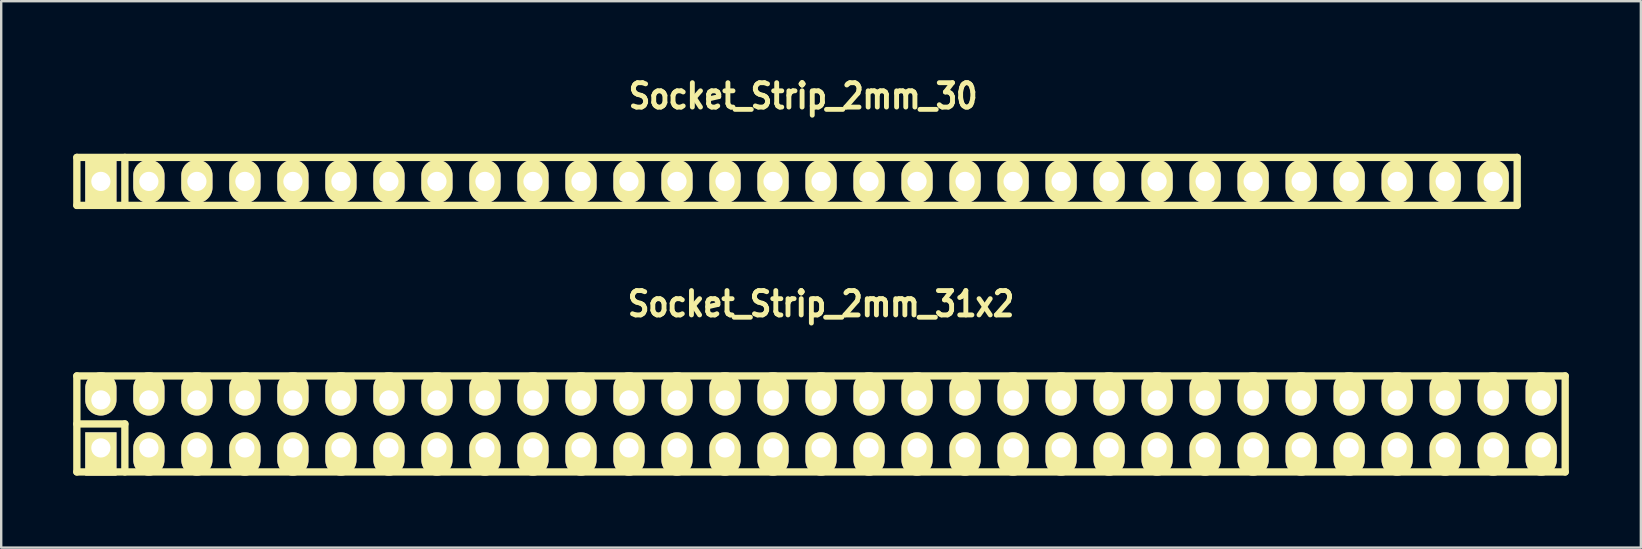
<source format=kicad_pcb>
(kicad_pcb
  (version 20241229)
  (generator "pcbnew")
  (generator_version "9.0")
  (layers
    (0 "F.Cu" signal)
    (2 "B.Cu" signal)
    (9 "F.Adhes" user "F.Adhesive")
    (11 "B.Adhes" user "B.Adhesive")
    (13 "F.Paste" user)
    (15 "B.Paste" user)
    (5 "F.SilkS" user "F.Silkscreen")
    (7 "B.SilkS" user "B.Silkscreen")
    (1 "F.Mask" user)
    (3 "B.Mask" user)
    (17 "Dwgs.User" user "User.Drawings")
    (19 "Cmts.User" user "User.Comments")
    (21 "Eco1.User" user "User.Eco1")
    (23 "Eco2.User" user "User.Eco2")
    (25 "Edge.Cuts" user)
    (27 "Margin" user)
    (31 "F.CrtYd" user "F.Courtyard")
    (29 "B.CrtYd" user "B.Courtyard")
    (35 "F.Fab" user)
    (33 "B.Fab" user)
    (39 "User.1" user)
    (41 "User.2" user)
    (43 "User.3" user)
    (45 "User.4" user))
  (footprint "Socket_Strip_2mm_31x2"
    (layer "F.Cu")
    (at 31.152 14.61)
    (property "Reference" "Socket_Strip_2mm_31x2" (at 0 -5 0) (layer "F.SilkS") (effects (font (size 1.016 0.889) (thickness 0.203))))
    (attr through_hole)
    (fp_line (start -31 -2) (end 31 -2) (stroke (width 0.305) (type solid)) (layer "F.SilkS"))
    (fp_line (start -31 0) (end -29 0) (stroke (width 0.305) (type solid)) (layer "F.SilkS"))
    (fp_line (start -31 2) (end -31 -2) (stroke (width 0.305) (type solid)) (layer "F.SilkS"))
    (fp_line (start -29 0) (end -29 2) (stroke (width 0.305) (type solid)) (layer "F.SilkS"))
    (fp_line (start 31 -2) (end 31 2) (stroke (width 0.305) (type solid)) (layer "F.SilkS"))
    (fp_line (start 31 2) (end -31 2) (stroke (width 0.305) (type solid)) (layer "F.SilkS"))
    (pad "1" thru_hole rect (at -30 1) (size 1.3 1.8) (drill 0.8 (offset 0 0.25)) (layers "*.Cu" "*.Mask" "F.SilkS"))
    (pad "2" thru_hole oval (at -30 -1) (size 1.3 1.8) (drill 0.8 (offset 0 -0.25)) (layers "*.Cu" "*.Mask" "F.SilkS"))
    (pad "3" thru_hole oval (at -28 1) (size 1.3 1.8) (drill 0.8 (offset 0 0.25)) (layers "*.Cu" "*.Mask" "F.SilkS"))
    (pad "4" thru_hole oval (at -28 -1) (size 1.3 1.8) (drill 0.8 (offset 0 -0.25)) (layers "*.Cu" "*.Mask" "F.SilkS"))
    (pad "5" thru_hole oval (at -26 1) (size 1.3 1.8) (drill 0.8 (offset 0 0.25)) (layers "*.Cu" "*.Mask" "F.SilkS"))
    (pad "6" thru_hole oval (at -26 -1) (size 1.3 1.8) (drill 0.8 (offset 0 -0.25)) (layers "*.Cu" "*.Mask" "F.SilkS"))
    (pad "7" thru_hole oval (at -24 1) (size 1.3 1.8) (drill 0.8 (offset 0 0.25)) (layers "*.Cu" "*.Mask" "F.SilkS"))
    (pad "8" thru_hole oval (at -24 -1) (size 1.3 1.8) (drill 0.8 (offset 0 -0.25)) (layers "*.Cu" "*.Mask" "F.SilkS"))
    (pad "9" thru_hole oval (at -22 1) (size 1.3 1.8) (drill 0.8 (offset 0 0.25)) (layers "*.Cu" "*.Mask" "F.SilkS"))
    (pad "10" thru_hole oval (at -22 -1) (size 1.3 1.8) (drill 0.8 (offset 0 -0.25)) (layers "*.Cu" "*.Mask" "F.SilkS"))
    (pad "11" thru_hole oval (at -20 1) (size 1.3 1.8) (drill 0.8 (offset 0 0.25)) (layers "*.Cu" "*.Mask" "F.SilkS"))
    (pad "12" thru_hole oval (at -20 -1) (size 1.3 1.8) (drill 0.8 (offset 0 -0.25)) (layers "*.Cu" "*.Mask" "F.SilkS"))
    (pad "13" thru_hole oval (at -18 1) (size 1.3 1.8) (drill 0.8 (offset 0 0.25)) (layers "*.Cu" "*.Mask" "F.SilkS"))
    (pad "14" thru_hole oval (at -18 -1) (size 1.3 1.8) (drill 0.8 (offset 0 -0.25)) (layers "*.Cu" "*.Mask" "F.SilkS"))
    (pad "15" thru_hole oval (at -16 1) (size 1.3 1.8) (drill 0.8 (offset 0 0.25)) (layers "*.Cu" "*.Mask" "F.SilkS"))
    (pad "16" thru_hole oval (at -16 -1) (size 1.3 1.8) (drill 0.8 (offset 0 -0.25)) (layers "*.Cu" "*.Mask" "F.SilkS"))
    (pad "17" thru_hole oval (at -14 1) (size 1.3 1.8) (drill 0.8 (offset 0 0.25)) (layers "*.Cu" "*.Mask" "F.SilkS"))
    (pad "18" thru_hole oval (at -14 -1) (size 1.3 1.8) (drill 0.8 (offset 0 -0.25)) (layers "*.Cu" "*.Mask" "F.SilkS"))
    (pad "19" thru_hole oval (at -12 1) (size 1.3 1.8) (drill 0.8 (offset 0 0.25)) (layers "*.Cu" "*.Mask" "F.SilkS"))
    (pad "20" thru_hole oval (at -12 -1) (size 1.3 1.8) (drill 0.8 (offset 0 -0.25)) (layers "*.Cu" "*.Mask" "F.SilkS"))
    (pad "21" thru_hole oval (at -10 1) (size 1.3 1.8) (drill 0.8 (offset 0 0.25)) (layers "*.Cu" "*.Mask" "F.SilkS"))
    (pad "22" thru_hole oval (at -10 -1) (size 1.3 1.8) (drill 0.8 (offset 0 -0.25)) (layers "*.Cu" "*.Mask" "F.SilkS"))
    (pad "23" thru_hole oval (at -8 1) (size 1.3 1.8) (drill 0.8 (offset 0 0.25)) (layers "*.Cu" "*.Mask" "F.SilkS"))
    (pad "24" thru_hole oval (at -8 -1) (size 1.3 1.8) (drill 0.8 (offset 0 -0.25)) (layers "*.Cu" "*.Mask" "F.SilkS"))
    (pad "25" thru_hole oval (at -6 1) (size 1.3 1.8) (drill 0.8 (offset 0 0.25)) (layers "*.Cu" "*.Mask" "F.SilkS"))
    (pad "26" thru_hole oval (at -6 -1) (size 1.3 1.8) (drill 0.8 (offset 0 -0.25)) (layers "*.Cu" "*.Mask" "F.SilkS"))
    (pad "27" thru_hole oval (at -4 1) (size 1.3 1.8) (drill 0.8 (offset 0 0.25)) (layers "*.Cu" "*.Mask" "F.SilkS"))
    (pad "28" thru_hole oval (at -4 -1) (size 1.3 1.8) (drill 0.8 (offset 0 -0.25)) (layers "*.Cu" "*.Mask" "F.SilkS"))
    (pad "29" thru_hole oval (at -2 1) (size 1.3 1.8) (drill 0.8 (offset 0 0.25)) (layers "*.Cu" "*.Mask" "F.SilkS"))
    (pad "30" thru_hole oval (at -2 -1) (size 1.3 1.8) (drill 0.8 (offset 0 -0.25)) (layers "*.Cu" "*.Mask" "F.SilkS"))
    (pad "31" thru_hole oval (at 0 1) (size 1.3 1.8) (drill 0.8 (offset 0 0.25)) (layers "*.Cu" "*.Mask" "F.SilkS"))
    (pad "32" thru_hole oval (at 0 -1) (size 1.3 1.8) (drill 0.8 (offset 0 -0.25)) (layers "*.Cu" "*.Mask" "F.SilkS"))
    (pad "33" thru_hole oval (at 2 1) (size 1.3 1.8) (drill 0.8 (offset 0 0.25)) (layers "*.Cu" "*.Mask" "F.SilkS"))
    (pad "34" thru_hole oval (at 2 -1) (size 1.3 1.8) (drill 0.8 (offset 0 -0.25)) (layers "*.Cu" "*.Mask" "F.SilkS"))
    (pad "35" thru_hole oval (at 4 1) (size 1.3 1.8) (drill 0.8 (offset 0 0.25)) (layers "*.Cu" "*.Mask" "F.SilkS"))
    (pad "36" thru_hole oval (at 4 -1) (size 1.3 1.8) (drill 0.8 (offset 0 -0.25)) (layers "*.Cu" "*.Mask" "F.SilkS"))
    (pad "37" thru_hole oval (at 6 1) (size 1.3 1.8) (drill 0.8 (offset 0 0.25)) (layers "*.Cu" "*.Mask" "F.SilkS"))
    (pad "38" thru_hole oval (at 6 -1) (size 1.3 1.8) (drill 0.8 (offset 0 -0.25)) (layers "*.Cu" "*.Mask" "F.SilkS"))
    (pad "39" thru_hole oval (at 8 1) (size 1.3 1.8) (drill 0.8 (offset 0 0.25)) (layers "*.Cu" "*.Mask" "F.SilkS"))
    (pad "40" thru_hole oval (at 8 -1) (size 1.3 1.8) (drill 0.8 (offset 0 -0.25)) (layers "*.Cu" "*.Mask" "F.SilkS"))
    (pad "41" thru_hole oval (at 10 1) (size 1.3 1.8) (drill 0.8 (offset 0 0.25)) (layers "*.Cu" "*.Mask" "F.SilkS"))
    (pad "42" thru_hole oval (at 10 -1) (size 1.3 1.8) (drill 0.8 (offset 0 -0.25)) (layers "*.Cu" "*.Mask" "F.SilkS"))
    (pad "43" thru_hole oval (at 12 1) (size 1.3 1.8) (drill 0.8 (offset 0 0.25)) (layers "*.Cu" "*.Mask" "F.SilkS"))
    (pad "44" thru_hole oval (at 12 -1) (size 1.3 1.8) (drill 0.8 (offset 0 -0.25)) (layers "*.Cu" "*.Mask" "F.SilkS"))
    (pad "45" thru_hole oval (at 14 1) (size 1.3 1.8) (drill 0.8 (offset 0 0.25)) (layers "*.Cu" "*.Mask" "F.SilkS"))
    (pad "46" thru_hole oval (at 14 -1) (size 1.3 1.8) (drill 0.8 (offset 0 -0.25)) (layers "*.Cu" "*.Mask" "F.SilkS"))
    (pad "47" thru_hole oval (at 16 1) (size 1.3 1.8) (drill 0.8 (offset 0 0.25)) (layers "*.Cu" "*.Mask" "F.SilkS"))
    (pad "48" thru_hole oval (at 16 -1) (size 1.3 1.8) (drill 0.8 (offset 0 -0.25)) (layers "*.Cu" "*.Mask" "F.SilkS"))
    (pad "49" thru_hole oval (at 18 1) (size 1.3 1.8) (drill 0.8 (offset 0 0.25)) (layers "*.Cu" "*.Mask" "F.SilkS"))
    (pad "50" thru_hole oval (at 18 -1) (size 1.3 1.8) (drill 0.8 (offset 0 -0.25)) (layers "*.Cu" "*.Mask" "F.SilkS"))
    (pad "51" thru_hole oval (at 20 1) (size 1.3 1.8) (drill 0.8 (offset 0 0.25)) (layers "*.Cu" "*.Mask" "F.SilkS"))
    (pad "52" thru_hole oval (at 20 -1) (size 1.3 1.8) (drill 0.8 (offset 0 -0.25)) (layers "*.Cu" "*.Mask" "F.SilkS"))
    (pad "53" thru_hole oval (at 22 1) (size 1.3 1.8) (drill 0.8 (offset 0 0.25)) (layers "*.Cu" "*.Mask" "F.SilkS"))
    (pad "54" thru_hole oval (at 22 -1) (size 1.3 1.8) (drill 0.8 (offset 0 -0.25)) (layers "*.Cu" "*.Mask" "F.SilkS"))
    (pad "55" thru_hole oval (at 24 1) (size 1.3 1.8) (drill 0.8 (offset 0 0.25)) (layers "*.Cu" "*.Mask" "F.SilkS"))
    (pad "56" thru_hole oval (at 24 -1) (size 1.3 1.8) (drill 0.8 (offset 0 -0.25)) (layers "*.Cu" "*.Mask" "F.SilkS"))
    (pad "57" thru_hole oval (at 26 1) (size 1.3 1.8) (drill 0.8 (offset 0 0.25)) (layers "*.Cu" "*.Mask" "F.SilkS"))
    (pad "58" thru_hole oval (at 26 -1) (size 1.3 1.8) (drill 0.8 (offset 0 -0.25)) (layers "*.Cu" "*.Mask" "F.SilkS"))
    (pad "59" thru_hole oval (at 28 1) (size 1.3 1.8) (drill 0.8 (offset 0 0.25)) (layers "*.Cu" "*.Mask" "F.SilkS"))
    (pad "60" thru_hole oval (at 28 -1) (size 1.3 1.8) (drill 0.8 (offset 0 -0.25)) (layers "*.Cu" "*.Mask" "F.SilkS"))
    (pad "61" thru_hole oval (at 30 1) (size 1.3 1.8) (drill 0.8 (offset 0 0.25)) (layers "*.Cu" "*.Mask" "F.SilkS"))
    (pad "62" thru_hole oval (at 30 -1) (size 1.3 1.8) (drill 0.8 (offset 0 -0.25)) (layers "*.Cu" "*.Mask" "F.SilkS")))
  (footprint "Socket_Strip_2mm_30"
    (layer "F.Cu")
    (at 30.152 4.507)
    (property "Reference" "Socket_Strip_2mm_30" (at 0.254 -3.556 0) (layer "F.SilkS") (effects (font (size 1.016 0.889) (thickness 0.203))))
    (attr through_hole)
    (fp_line (start -30 -1) (end 30 -1) (stroke (width 0.305) (type solid)) (layer "F.SilkS"))
    (fp_line (start -30 1) (end -30 -1) (stroke (width 0.305) (type solid)) (layer "F.SilkS"))
    (fp_line (start -28 -1) (end -28 1) (stroke (width 0.305) (type solid)) (layer "F.SilkS"))
    (fp_line (start 30 -1) (end 30 1) (stroke (width 0.305) (type solid)) (layer "F.SilkS"))
    (fp_line (start 30 1) (end -30 1) (stroke (width 0.305) (type solid)) (layer "F.SilkS"))
    (pad "1" thru_hole rect (at -29 0) (size 1.3 1.8) (drill 0.8) (layers "*.Cu" "*.Mask" "F.SilkS"))
    (pad "2" thru_hole oval (at -27 0) (size 1.3 1.8) (drill 0.8) (layers "*.Cu" "*.Mask" "F.SilkS"))
    (pad "3" thru_hole oval (at -25 0) (size 1.3 1.8) (drill 0.8) (layers "*.Cu" "*.Mask" "F.SilkS"))
    (pad "4" thru_hole oval (at -23 0) (size 1.3 1.8) (drill 0.8) (layers "*.Cu" "*.Mask" "F.SilkS"))
    (pad "5" thru_hole oval (at -21 0) (size 1.3 1.8) (drill 0.8) (layers "*.Cu" "*.Mask" "F.SilkS"))
    (pad "6" thru_hole oval (at -19 0) (size 1.3 1.8) (drill 0.8) (layers "*.Cu" "*.Mask" "F.SilkS"))
    (pad "7" thru_hole oval (at -17 0) (size 1.3 1.8) (drill 0.8) (layers "*.Cu" "*.Mask" "F.SilkS"))
    (pad "8" thru_hole oval (at -15 0) (size 1.3 1.8) (drill 0.8) (layers "*.Cu" "*.Mask" "F.SilkS"))
    (pad "9" thru_hole oval (at -13 0) (size 1.3 1.8) (drill 0.8) (layers "*.Cu" "*.Mask" "F.SilkS"))
    (pad "10" thru_hole oval (at -11 0) (size 1.3 1.8) (drill 0.8) (layers "*.Cu" "*.Mask" "F.SilkS"))
    (pad "11" thru_hole oval (at -9 0) (size 1.3 1.8) (drill 0.8) (layers "*.Cu" "*.Mask" "F.SilkS"))
    (pad "12" thru_hole oval (at -7 0) (size 1.3 1.8) (drill 0.8) (layers "*.Cu" "*.Mask" "F.SilkS"))
    (pad "13" thru_hole oval (at -5 0) (size 1.3 1.8) (drill 0.8) (layers "*.Cu" "*.Mask" "F.SilkS"))
    (pad "14" thru_hole oval (at -3 0) (size 1.3 1.8) (drill 0.8) (layers "*.Cu" "*.Mask" "F.SilkS"))
    (pad "15" thru_hole oval (at -1 0) (size 1.3 1.8) (drill 0.8) (layers "*.Cu" "*.Mask" "F.SilkS"))
    (pad "16" thru_hole oval (at 1 0) (size 1.3 1.8) (drill 0.8) (layers "*.Cu" "*.Mask" "F.SilkS"))
    (pad "17" thru_hole oval (at 3 0) (size 1.3 1.8) (drill 0.8) (layers "*.Cu" "*.Mask" "F.SilkS"))
    (pad "18" thru_hole oval (at 5 0) (size 1.3 1.8) (drill 0.8) (layers "*.Cu" "*.Mask" "F.SilkS"))
    (pad "19" thru_hole oval (at 7 0) (size 1.3 1.8) (drill 0.8) (layers "*.Cu" "*.Mask" "F.SilkS"))
    (pad "20" thru_hole oval (at 9 0) (size 1.3 1.8) (drill 0.8) (layers "*.Cu" "*.Mask" "F.SilkS"))
    (pad "21" thru_hole oval (at 11 0) (size 1.3 1.8) (drill 0.8) (layers "*.Cu" "*.Mask" "F.SilkS"))
    (pad "22" thru_hole oval (at 13 0) (size 1.3 1.8) (drill 0.8) (layers "*.Cu" "*.Mask" "F.SilkS"))
    (pad "23" thru_hole oval (at 15 0) (size 1.3 1.8) (drill 0.8) (layers "*.Cu" "*.Mask" "F.SilkS"))
    (pad "24" thru_hole oval (at 17 0) (size 1.3 1.8) (drill 0.8) (layers "*.Cu" "*.Mask" "F.SilkS"))
    (pad "25" thru_hole oval (at 19 0) (size 1.3 1.8) (drill 0.8) (layers "*.Cu" "*.Mask" "F.SilkS"))
    (pad "26" thru_hole oval (at 21 0) (size 1.3 1.8) (drill 0.8) (layers "*.Cu" "*.Mask" "F.SilkS"))
    (pad "27" thru_hole oval (at 23 0) (size 1.3 1.8) (drill 0.8) (layers "*.Cu" "*.Mask" "F.SilkS"))
    (pad "28" thru_hole oval (at 25 0) (size 1.3 1.8) (drill 0.8) (layers "*.Cu" "*.Mask" "F.SilkS"))
    (pad "29" thru_hole oval (at 27 0) (size 1.3 1.8) (drill 0.8) (layers "*.Cu" "*.Mask" "F.SilkS"))
    (pad "30" thru_hole oval (at 29 0) (size 1.3 1.8) (drill 0.8) (layers "*.Cu" "*.Mask" "F.SilkS")))
  (gr_rect
    (start -3 -3)
    (end 65.305 19.763)
    (stroke (width 0.1) (type default))
    (fill no)
    (layer "Edge.Cuts")))
</source>
